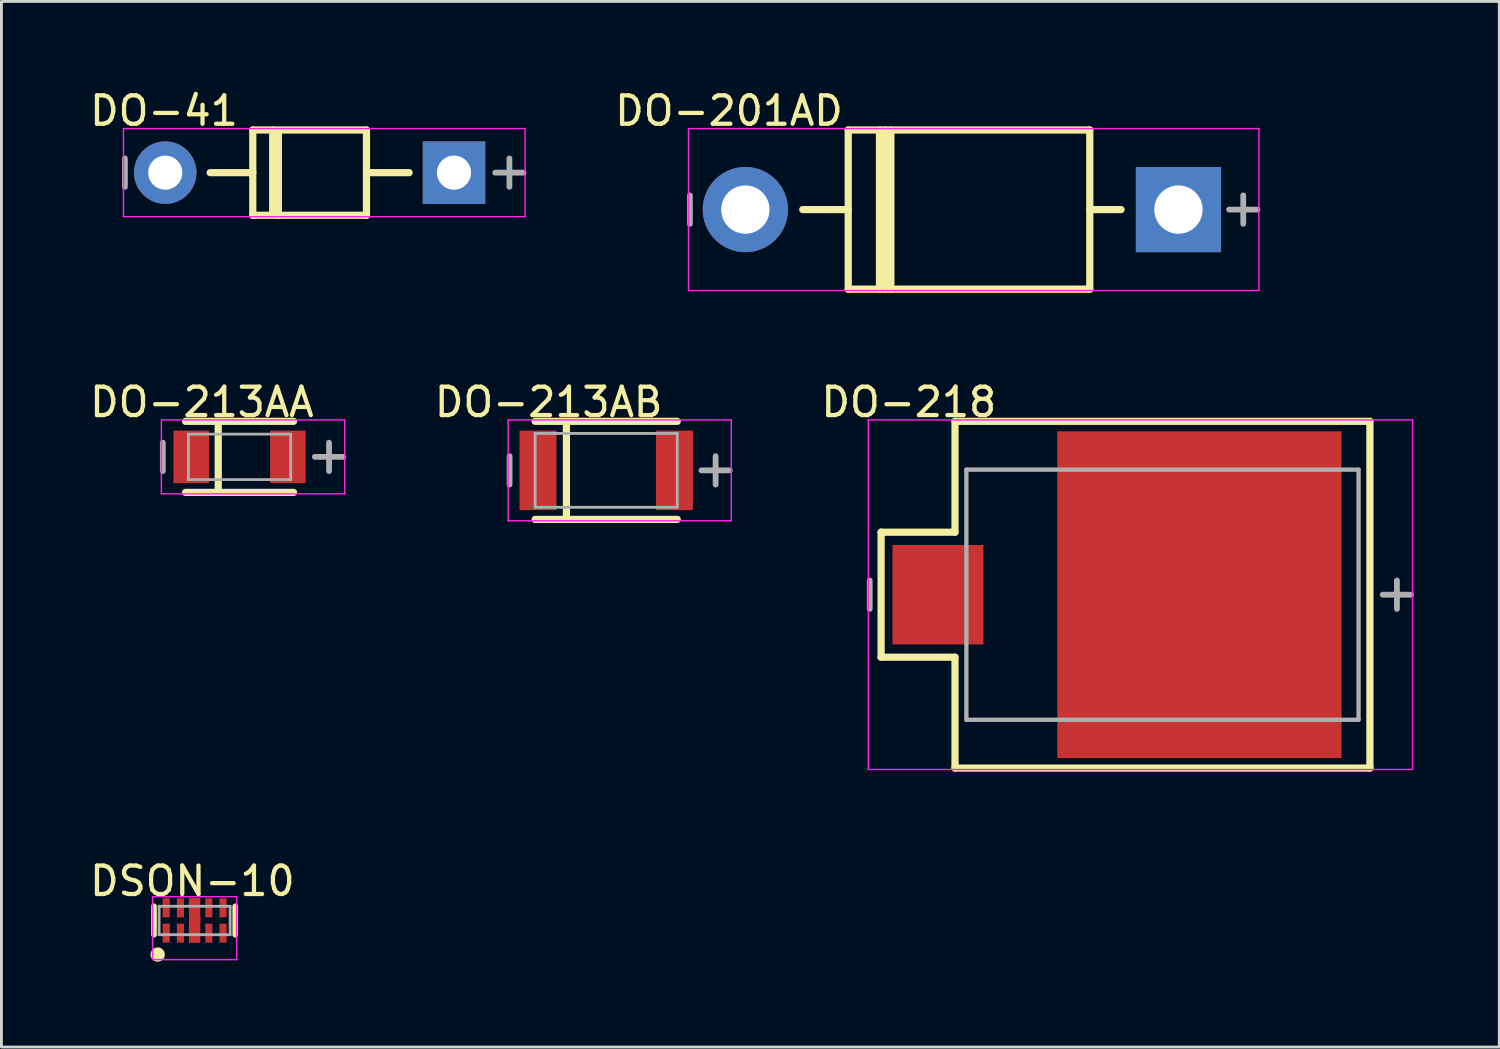
<source format=kicad_pcb>
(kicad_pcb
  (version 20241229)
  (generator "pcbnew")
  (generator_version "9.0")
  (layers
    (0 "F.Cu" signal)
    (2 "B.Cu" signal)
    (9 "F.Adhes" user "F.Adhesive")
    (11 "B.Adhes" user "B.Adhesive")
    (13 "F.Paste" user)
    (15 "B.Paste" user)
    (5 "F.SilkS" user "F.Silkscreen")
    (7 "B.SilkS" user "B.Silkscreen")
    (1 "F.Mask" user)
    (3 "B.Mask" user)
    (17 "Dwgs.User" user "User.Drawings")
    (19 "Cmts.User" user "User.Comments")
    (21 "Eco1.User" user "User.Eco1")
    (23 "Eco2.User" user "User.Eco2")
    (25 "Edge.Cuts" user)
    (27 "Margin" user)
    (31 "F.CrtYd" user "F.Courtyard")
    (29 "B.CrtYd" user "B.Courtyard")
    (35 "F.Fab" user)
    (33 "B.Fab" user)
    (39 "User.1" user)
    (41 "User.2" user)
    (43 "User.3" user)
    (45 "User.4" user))
  (footprint "DSON-10"
    (layer "F.Cu")
    (at 3.798 29.339)
    (property "Reference" "DSON-10" (at -0.078 -1.387 0) (layer "F.SilkS") (effects (font (size 1 1) (thickness 0.15))))
    (attr through_hole)
    (fp_line (start -1.43 0.5) (end -1.43 -0.5) (stroke (width 0.2) (type solid)) (layer "F.SilkS"))
    (fp_line (start 1.43 0.5) (end 1.43 -0.5) (stroke (width 0.2) (type solid)) (layer "F.SilkS"))
    (fp_circle (center -1.3 1.2) (end -1.173 1.2) (stroke (width 0.254) (type solid)) (fill no) (layer "F.SilkS"))
    (fp_line (start -1.48 -0.837) (end 1.48 -0.837) (stroke (width 0.05) (type solid)) (layer "F.CrtYd"))
    (fp_line (start -1.48 1.377) (end -1.48 -0.837) (stroke (width 0.05) (type solid)) (layer "F.CrtYd"))
    (fp_line (start 1.48 -0.837) (end 1.48 1.377) (stroke (width 0.05) (type solid)) (layer "F.CrtYd"))
    (fp_line (start 1.48 1.377) (end -1.48 1.377) (stroke (width 0.05) (type solid)) (layer "F.CrtYd"))
    (fp_line (start -1.25 -0.5) (end 1.25 -0.5) (stroke (width 0.1) (type solid)) (layer "F.Fab"))
    (fp_line (start -1.25 0.5) (end -1.25 -0.5) (stroke (width 0.1) (type solid)) (layer "F.Fab"))
    (fp_line (start -1.25 0.5) (end 1.25 0.5) (stroke (width 0.1) (type solid)) (layer "F.Fab"))
    (fp_line (start 1.25 0.5) (end 1.25 -0.5) (stroke (width 0.1) (type solid)) (layer "F.Fab"))
    (pad "1" smd rect (at -1 0.445) (size 0.25 0.67) (layers "F.Cu" "F.Mask" "F.Paste"))
    (pad "2" smd rect (at -0.5 0.445) (size 0.25 0.67) (layers "F.Cu" "F.Mask" "F.Paste"))
    (pad "3" smd rect (at 0 0.343) (size 0.4 0.889) (layers "F.Cu" "F.Mask" "F.Paste"))
    (pad "4" smd rect (at 0.5 0.445) (size 0.25 0.67) (layers "F.Cu" "F.Mask" "F.Paste"))
    (pad "5" smd rect (at 1 0.445) (size 0.25 0.67) (layers "F.Cu" "F.Mask" "F.Paste"))
    (pad "6" smd rect (at 1 -0.445) (size 0.25 0.67) (layers "F.Cu" "F.Mask" "F.Paste"))
    (pad "7" smd rect (at 0.5 -0.445) (size 0.25 0.67) (layers "F.Cu" "F.Mask" "F.Paste"))
    (pad "8" smd rect (at 0 -0.343) (size 0.4 0.889) (layers "F.Cu" "F.Mask" "F.Paste"))
    (pad "9" smd rect (at -0.5 -0.445) (size 0.25 0.67) (layers "F.Cu" "F.Mask" "F.Paste"))
    (pad "10" smd rect (at -1 -0.445) (size 0.25 0.67) (layers "F.Cu" "F.Mask" "F.Paste")))
  (footprint "DO-201AD"
    (layer "F.Cu")
    (at 30.797 4.325)
    (property "Reference" "DO-201AD" (at -8.195 -3.476 0) (layer "F.SilkS") (effects (font (size 1 1) (thickness 0.15))))
    (attr through_hole)
    (fp_line (start -5.6 0) (end -4 0) (stroke (width 0.254) (type solid)) (layer "F.SilkS"))
    (fp_line (start -4 -2.8) (end 4.5 -2.8) (stroke (width 0.254) (type solid)) (layer "F.SilkS"))
    (fp_line (start -4 2.8) (end -4 -2.8) (stroke (width 0.254) (type solid)) (layer "F.SilkS"))
    (fp_line (start -4 2.8) (end 4.5 2.8) (stroke (width 0.254) (type solid)) (layer "F.SilkS"))
    (fp_line (start -2.9 2.8) (end -2.9 -2.8) (stroke (width 0.254) (type solid)) (layer "F.SilkS"))
    (fp_line (start -2.7 2.8) (end -2.7 -2.8) (stroke (width 0.254) (type solid)) (layer "F.SilkS"))
    (fp_line (start -2.5 2.8) (end -2.5 -2.8) (stroke (width 0.254) (type solid)) (layer "F.SilkS"))
    (fp_line (start 4.5 0) (end 5.6 0) (stroke (width 0.254) (type solid)) (layer "F.SilkS"))
    (fp_line (start 4.5 2.8) (end 4.5 -2.8) (stroke (width 0.254) (type solid)) (layer "F.SilkS"))
    (fp_line (start -9.62 -2.85) (end 10.45 -2.85) (stroke (width 0.05) (type solid)) (layer "F.CrtYd"))
    (fp_line (start -9.62 2.85) (end -9.62 -2.85) (stroke (width 0.05) (type solid)) (layer "F.CrtYd"))
    (fp_line (start 10.45 -2.85) (end 10.45 2.85) (stroke (width 0.05) (type solid)) (layer "F.CrtYd"))
    (fp_line (start 10.45 2.85) (end -9.62 2.85) (stroke (width 0.05) (type solid)) (layer "F.CrtYd"))
    (fp_line (start -9.57 0.5) (end -9.57 -0.5) (stroke (width 0.203) (type solid)) (layer "F.Fab"))
    (fp_line (start 9.4 0) (end 10.4 0) (stroke (width 0.203) (type solid)) (layer "F.Fab"))
    (fp_line (start 9.9 0.5) (end 9.9 -0.5) (stroke (width 0.203) (type solid)) (layer "F.Fab"))
    (pad "1" thru_hole rect (at 7.62 0) (size 3 3) (drill 1.7) (layers "*.Cu" "*.Mask"))
    (pad "2" thru_hole oval (at -7.62 0) (size 3 3) (drill 1.7) (layers "*.Cu" "*.Mask")))
  (footprint "DO-41"
    (layer "F.Cu")
    (at 7.845 3.025)
    (property "Reference" "DO-41" (at -5.125 -2.176 0) (layer "F.SilkS") (effects (font (size 1 1) (thickness 0.15))))
    (attr through_hole)
    (fp_line (start -3.5 0) (end -2 0) (stroke (width 0.254) (type solid)) (layer "F.SilkS"))
    (fp_line (start -2 -1.5) (end 2 -1.5) (stroke (width 0.254) (type solid)) (layer "F.SilkS"))
    (fp_line (start -2 1.5) (end -2 -1.5) (stroke (width 0.254) (type solid)) (layer "F.SilkS"))
    (fp_line (start -2 1.5) (end 2 1.5) (stroke (width 0.254) (type solid)) (layer "F.SilkS"))
    (fp_line (start -1.3 1.4) (end -1.3 -1.5) (stroke (width 0.254) (type solid)) (layer "F.SilkS"))
    (fp_line (start -1.1 1.5) (end -1.1 -1.4) (stroke (width 0.254) (type solid)) (layer "F.SilkS"))
    (fp_line (start 2 0) (end 3.5 0) (stroke (width 0.254) (type solid)) (layer "F.SilkS"))
    (fp_line (start 2 1.5) (end 2 -1.5) (stroke (width 0.254) (type solid)) (layer "F.SilkS"))
    (fp_line (start -6.55 -1.55) (end 7.58 -1.55) (stroke (width 0.05) (type solid)) (layer "F.CrtYd"))
    (fp_line (start -6.55 1.55) (end -6.55 -1.55) (stroke (width 0.05) (type solid)) (layer "F.CrtYd"))
    (fp_line (start 7.58 -1.55) (end 7.58 1.55) (stroke (width 0.05) (type solid)) (layer "F.CrtYd"))
    (fp_line (start 7.58 1.55) (end -6.55 1.55) (stroke (width 0.05) (type solid)) (layer "F.CrtYd"))
    (fp_line (start -6.5 0.5) (end -6.5 -0.5) (stroke (width 0.203) (type solid)) (layer "F.Fab"))
    (fp_line (start 6.53 0) (end 7.53 0) (stroke (width 0.203) (type solid)) (layer "F.Fab"))
    (fp_line (start 7.03 0.5) (end 7.03 -0.5) (stroke (width 0.203) (type solid)) (layer "F.Fab"))
    (pad "1" thru_hole rect (at 5.08 0) (size 2.2 2.2) (drill 1.2) (layers "*.Cu" "*.Mask"))
    (pad "2" thru_hole oval (at -5.08 0) (size 2.2 2.2) (drill 1.2) (layers "*.Cu" "*.Mask")))
  (footprint "DO-218"
    (layer "F.Cu")
    (at 39.154 17.876)
    (property "Reference" "DO-218" (at -10.225 -6.776 0) (layer "F.SilkS") (effects (font (size 1 1) (thickness 0.15))))
    (attr through_hole)
    (fp_line (start -11.2 -2.2) (end -8.6 -2.2) (stroke (width 0.254) (type solid)) (layer "F.SilkS"))
    (fp_line (start -11.2 2.2) (end -11.2 -2.2) (stroke (width 0.254) (type solid)) (layer "F.SilkS"))
    (fp_line (start -11.2 2.2) (end -8.6 2.2) (stroke (width 0.254) (type solid)) (layer "F.SilkS"))
    (fp_line (start -8.6 -6.1) (end 6 -6.1) (stroke (width 0.254) (type solid)) (layer "F.SilkS"))
    (fp_line (start -8.6 -2.2) (end -8.6 -6.1) (stroke (width 0.254) (type solid)) (layer "F.SilkS"))
    (fp_line (start -8.6 6.1) (end -8.6 2.2) (stroke (width 0.254) (type solid)) (layer "F.SilkS"))
    (fp_line (start -8.6 6.1) (end 6 6.1) (stroke (width 0.254) (type solid)) (layer "F.SilkS"))
    (fp_line (start 6 6.1) (end 6 -6.1) (stroke (width 0.254) (type solid)) (layer "F.SilkS"))
    (fp_line (start -11.65 -6.15) (end 7.5 -6.15) (stroke (width 0.05) (type solid)) (layer "F.CrtYd"))
    (fp_line (start -11.65 6.15) (end -11.65 -6.15) (stroke (width 0.05) (type solid)) (layer "F.CrtYd"))
    (fp_line (start 7.5 -6.15) (end 7.5 6.15) (stroke (width 0.05) (type solid)) (layer "F.CrtYd"))
    (fp_line (start 7.5 6.15) (end -11.65 6.15) (stroke (width 0.05) (type solid)) (layer "F.CrtYd"))
    (fp_line (start -11.6 0.5) (end -11.6 -0.5) (stroke (width 0.203) (type solid)) (layer "F.Fab"))
    (fp_line (start -8.2 -4.4) (end 5.6 -4.4) (stroke (width 0.152) (type solid)) (layer "F.Fab"))
    (fp_line (start -8.2 4.4) (end -8.2 -4.4) (stroke (width 0.152) (type solid)) (layer "F.Fab"))
    (fp_line (start -8.2 4.4) (end 5.6 4.4) (stroke (width 0.152) (type solid)) (layer "F.Fab"))
    (fp_line (start 5.6 4.4) (end 5.6 -4.4) (stroke (width 0.152) (type solid)) (layer "F.Fab"))
    (fp_line (start 6.45 0) (end 7.45 0) (stroke (width 0.203) (type solid)) (layer "F.Fab"))
    (fp_line (start 6.95 0.5) (end 6.95 -0.5) (stroke (width 0.203) (type solid)) (layer "F.Fab"))
    (pad "1" smd rect (at 0 0 180) (size 10 11.5) (layers "F.Cu" "F.Mask" "F.Paste"))
    (pad "2" smd rect (at -9.2 0 180) (size 3.2 3.5) (layers "F.Cu" "F.Mask" "F.Paste")))
  (footprint "DO-213AA"
    (layer "F.Cu")
    (at 5.379 13.026)
    (property "Reference" "DO-213AA" (at -1.325 -1.926 0) (layer "F.SilkS") (effects (font (size 1 1) (thickness 0.15))))
    (attr through_hole)
    (fp_line (start -1.9 -1.25) (end 1.9 -1.25) (stroke (width 0.254) (type solid)) (layer "F.SilkS"))
    (fp_line (start -1.9 1.25) (end 1.9 1.25) (stroke (width 0.254) (type solid)) (layer "F.SilkS"))
    (fp_line (start -0.75 1.25) (end -0.75 -1.25) (stroke (width 0.254) (type solid)) (layer "F.SilkS"))
    (fp_line (start -2.75 -1.3) (end 3.7 -1.3) (stroke (width 0.05) (type solid)) (layer "F.CrtYd"))
    (fp_line (start -2.75 1.3) (end -2.75 -1.3) (stroke (width 0.05) (type solid)) (layer "F.CrtYd"))
    (fp_line (start 3.7 -1.3) (end 3.7 1.3) (stroke (width 0.05) (type solid)) (layer "F.CrtYd"))
    (fp_line (start 3.7 1.3) (end -2.75 1.3) (stroke (width 0.05) (type solid)) (layer "F.CrtYd"))
    (fp_line (start -2.7 0.5) (end -2.7 -0.5) (stroke (width 0.203) (type solid)) (layer "F.Fab"))
    (fp_line (start -1.8 -0.8) (end 1.8 -0.8) (stroke (width 0.1) (type solid)) (layer "F.Fab"))
    (fp_line (start -1.8 0.8) (end -1.8 -0.8) (stroke (width 0.1) (type solid)) (layer "F.Fab"))
    (fp_line (start -1.8 0.8) (end 1.8 0.8) (stroke (width 0.1) (type solid)) (layer "F.Fab"))
    (fp_line (start 1.8 0.8) (end 1.8 -0.8) (stroke (width 0.1) (type solid)) (layer "F.Fab"))
    (fp_line (start 2.65 0) (end 3.65 0) (stroke (width 0.203) (type solid)) (layer "F.Fab"))
    (fp_line (start 3.15 0.5) (end 3.15 -0.5) (stroke (width 0.203) (type solid)) (layer "F.Fab"))
    (pad "1" smd rect (at 1.7 0) (size 1.25 1.85) (layers "F.Cu" "F.Mask" "F.Paste"))
    (pad "2" smd rect (at -1.7 0) (size 1.25 1.85) (layers "F.Cu" "F.Mask" "F.Paste")))
  (footprint "DO-213AB"
    (layer "F.Cu")
    (at 18.281 13.501)
    (property "Reference" "DO-213AB" (at -2.025 -2.401 0) (layer "F.SilkS") (effects (font (size 1 1) (thickness 0.15))))
    (attr through_hole)
    (fp_line (start -2.5 -1.725) (end 2.5 -1.725) (stroke (width 0.254) (type solid)) (layer "F.SilkS"))
    (fp_line (start -2.5 1.725) (end 2.5 1.725) (stroke (width 0.254) (type solid)) (layer "F.SilkS"))
    (fp_line (start -1.4 1.725) (end -1.4 -1.7) (stroke (width 0.254) (type solid)) (layer "F.SilkS"))
    (fp_line (start -3.45 -1.775) (end 4.4 -1.775) (stroke (width 0.05) (type solid)) (layer "F.CrtYd"))
    (fp_line (start -3.45 1.775) (end -3.45 -1.775) (stroke (width 0.05) (type solid)) (layer "F.CrtYd"))
    (fp_line (start 4.4 -1.775) (end 4.4 1.775) (stroke (width 0.05) (type solid)) (layer "F.CrtYd"))
    (fp_line (start 4.4 1.775) (end -3.45 1.775) (stroke (width 0.05) (type solid)) (layer "F.CrtYd"))
    (fp_line (start -3.4 0.5) (end -3.4 -0.5) (stroke (width 0.203) (type solid)) (layer "F.Fab"))
    (fp_line (start -2.5 -1.3) (end 2.5 -1.3) (stroke (width 0.1) (type solid)) (layer "F.Fab"))
    (fp_line (start -2.5 1.3) (end -2.5 -1.3) (stroke (width 0.1) (type solid)) (layer "F.Fab"))
    (fp_line (start -2.5 1.3) (end 2.5 1.3) (stroke (width 0.1) (type solid)) (layer "F.Fab"))
    (fp_line (start 2.5 1.3) (end 2.5 -1.3) (stroke (width 0.1) (type solid)) (layer "F.Fab"))
    (fp_line (start 3.35 0) (end 4.35 0) (stroke (width 0.203) (type solid)) (layer "F.Fab"))
    (fp_line (start 3.85 0.5) (end 3.85 -0.5) (stroke (width 0.203) (type solid)) (layer "F.Fab"))
    (pad "1" smd rect (at 2.4 0) (size 1.3 2.8) (layers "F.Cu" "F.Mask" "F.Paste"))
    (pad "2" smd rect (at -2.4 0) (size 1.3 2.8) (layers "F.Cu" "F.Mask" "F.Paste")))
  (gr_rect
    (start -3 -3)
    (end 49.706 33.793)
    (stroke (width 0.1) (type default))
    (fill no)
    (layer "Edge.Cuts")))
</source>
